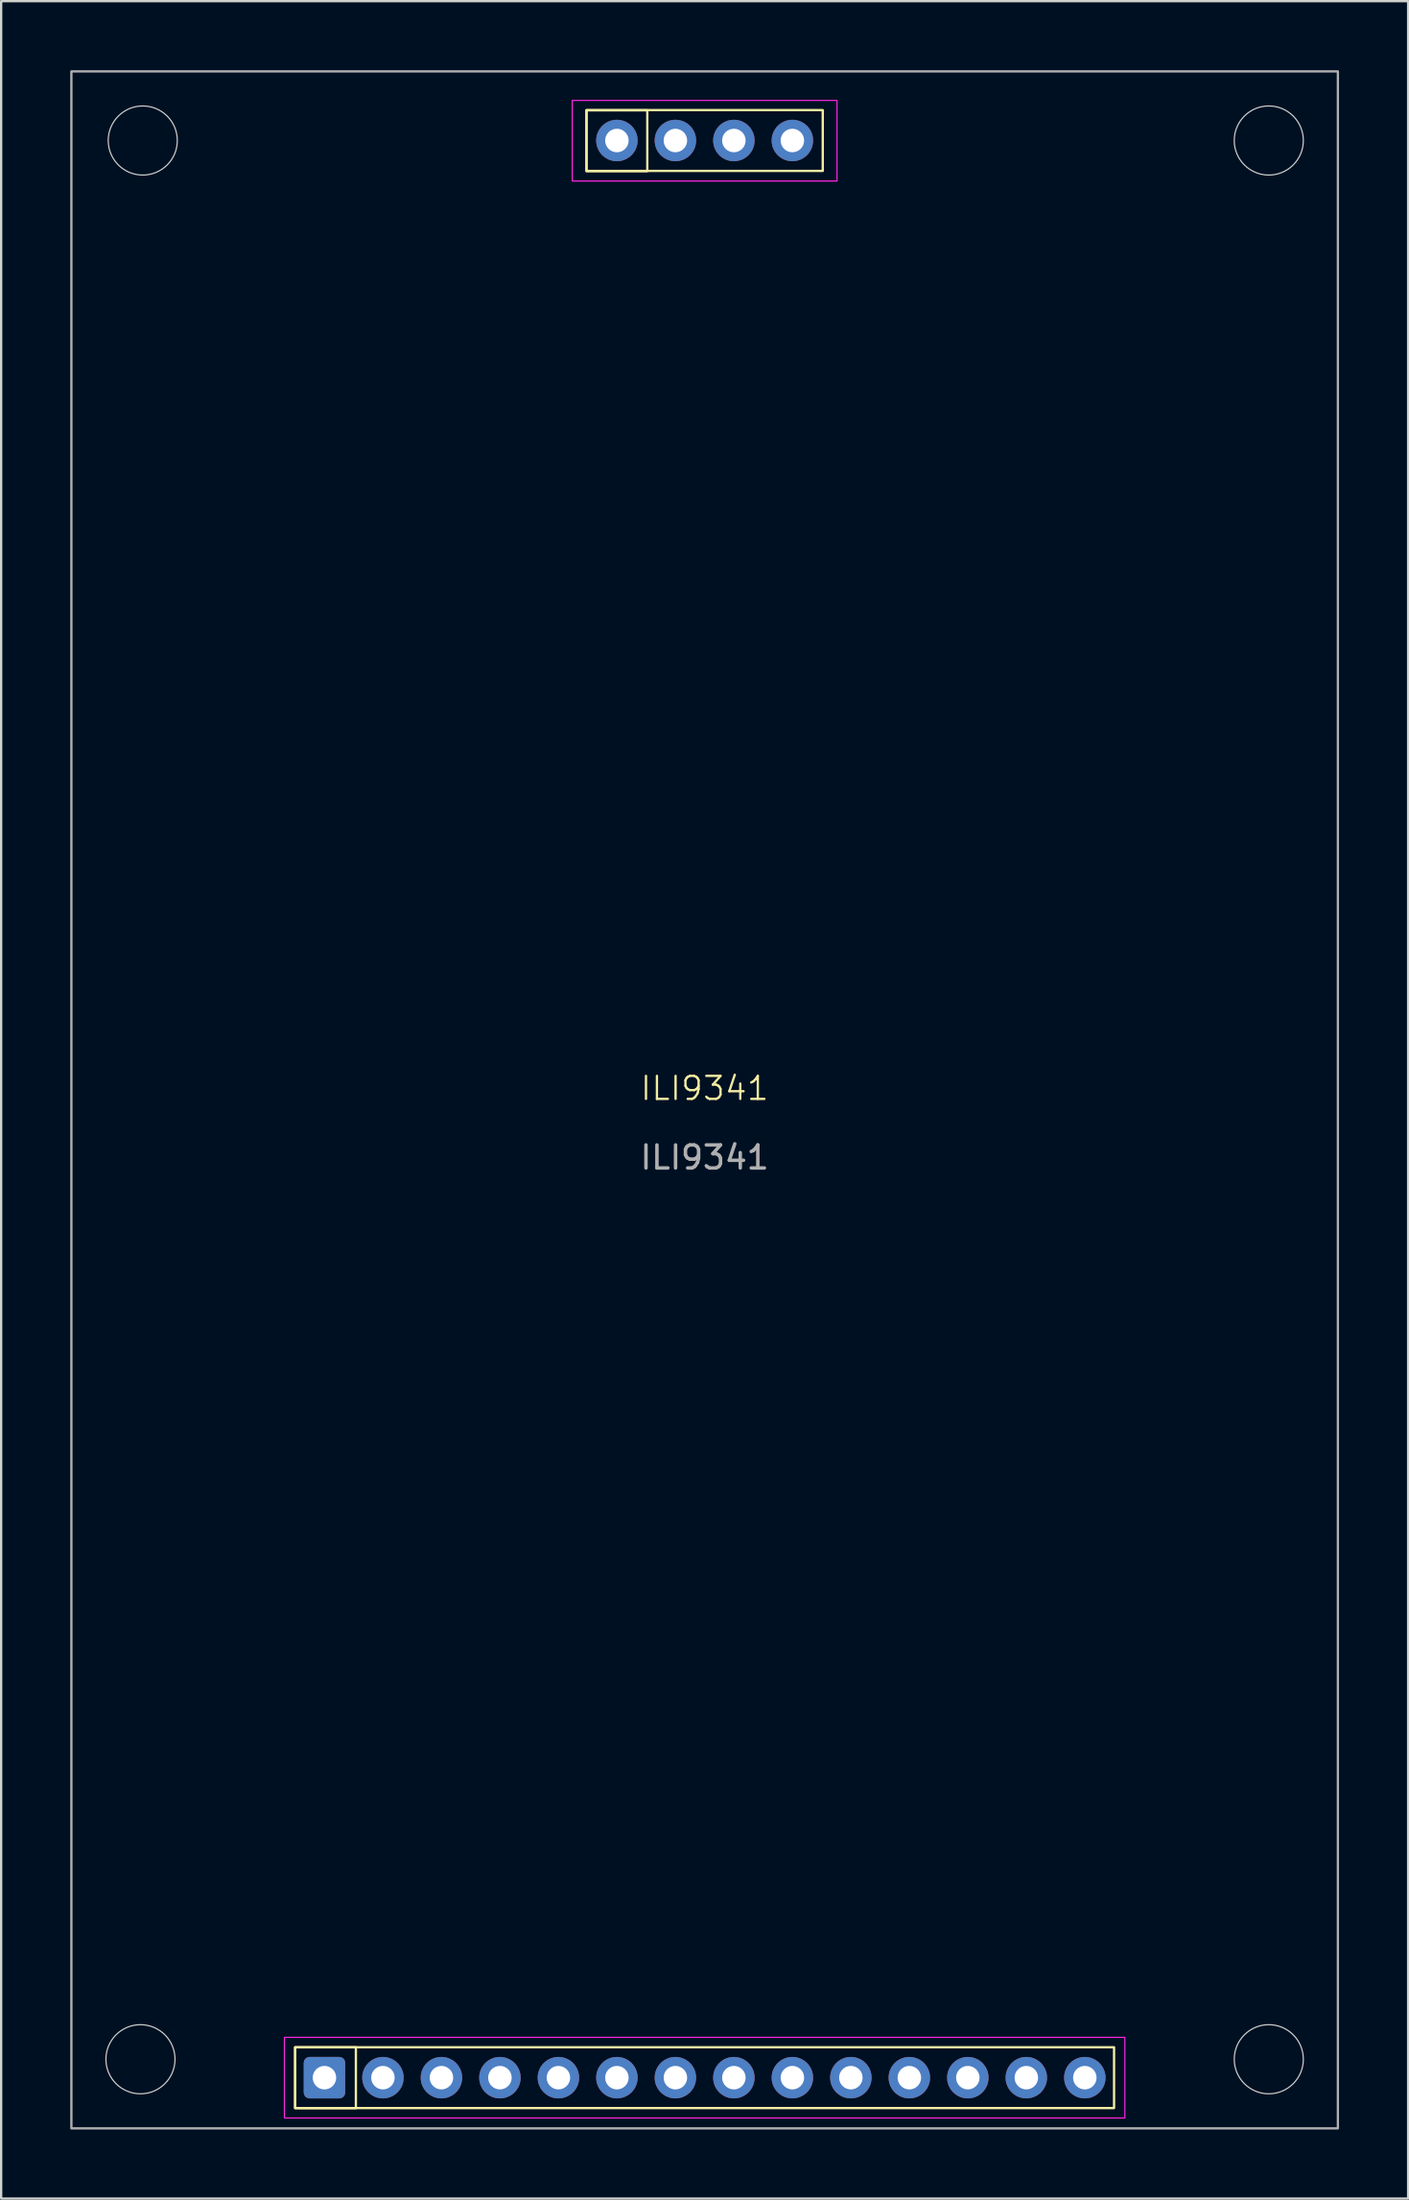
<source format=kicad_pcb>
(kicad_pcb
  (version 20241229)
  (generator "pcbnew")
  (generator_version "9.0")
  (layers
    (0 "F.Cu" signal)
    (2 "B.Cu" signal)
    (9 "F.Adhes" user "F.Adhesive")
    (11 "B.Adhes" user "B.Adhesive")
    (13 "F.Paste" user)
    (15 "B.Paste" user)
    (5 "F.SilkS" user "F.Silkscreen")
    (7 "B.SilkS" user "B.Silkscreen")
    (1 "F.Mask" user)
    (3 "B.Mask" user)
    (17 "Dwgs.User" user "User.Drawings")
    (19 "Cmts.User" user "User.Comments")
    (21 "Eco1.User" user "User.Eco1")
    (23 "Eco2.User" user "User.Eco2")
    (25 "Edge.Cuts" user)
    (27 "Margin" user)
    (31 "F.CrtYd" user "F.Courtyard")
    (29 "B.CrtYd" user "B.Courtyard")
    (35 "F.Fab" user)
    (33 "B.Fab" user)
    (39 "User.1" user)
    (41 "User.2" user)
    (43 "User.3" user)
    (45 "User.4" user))
  (footprint "ILI9341"
    (layer "F.Cu")
    (at 27.55 44.7)
    (property "Reference" "ILI9341" (at 0 -0.5 0) (unlocked yes) (layer "F.SilkS") (effects (font (size 1 1) (thickness 0.1))))
    (attr through_hole)
    (fp_rect (start -17.785 41.133) (end -15.145 43.773) (stroke (width 0.1) (type solid)) (fill no) (layer "F.SilkS"))
    (fp_rect (start -17.78 41.13) (end 17.78 43.77) (stroke (width 0.1) (type solid)) (fill no) (layer "F.SilkS"))
    (fp_rect (start -5.13 -42.97) (end 5.13 -40.33) (stroke (width 0.1) (type solid)) (fill no) (layer "F.SilkS"))
    (fp_rect (start -5.13 -42.96) (end -2.49 -40.32) (stroke (width 0.1) (type solid)) (fill no) (layer "F.SilkS"))
    (fp_circle (center -24.5 41.65) (end -23 41.65) (stroke (width 0.05) (type solid)) (fill no) (layer "Edge.Cuts"))
    (fp_circle (center -24.4 -41.65) (end -22.9 -41.65) (stroke (width 0.05) (type solid)) (fill no) (layer "Edge.Cuts"))
    (fp_circle (center 24.5 -41.65) (end 26 -41.65) (stroke (width 0.05) (type solid)) (fill no) (layer "Edge.Cuts"))
    (fp_circle (center 24.5 41.65) (end 26 41.65) (stroke (width 0.05) (type solid)) (fill no) (layer "Edge.Cuts"))
    (fp_rect (start -18.25 40.7) (end 18.25 44.2) (stroke (width 0.05) (type solid)) (fill no) (layer "F.CrtYd"))
    (fp_rect (start -5.75 -43.39) (end 5.75 -39.89) (stroke (width 0.05) (type solid)) (fill no) (layer "F.CrtYd"))
    (fp_rect (start -27.5 -44.65) (end 27.5 44.65) (stroke (width 0.1) (type solid)) (fill no) (layer "F.Fab"))
    (fp_text user "${REFERENCE}" (at 0 2.5 0) (unlocked yes) (layer "F.Fab") (effects (font (size 1 1) (thickness 0.15))))
    (pad "1" thru_hole roundrect (at -16.51 42.45) (size 1.8 1.8) (drill 1.02) (layers "*.Cu" "*.Mask") (roundrect_rratio 0.139))
    (pad "2" thru_hole circle (at -13.97 42.45) (size 1.8 1.8) (drill 1.02) (layers "*.Cu" "*.Mask"))
    (pad "3" thru_hole circle (at -11.43 42.45) (size 1.8 1.8) (drill 1.02) (layers "*.Cu" "*.Mask"))
    (pad "4" thru_hole circle (at -8.89 42.45) (size 1.8 1.8) (drill 1.02) (layers "*.Cu" "*.Mask"))
    (pad "5" thru_hole circle (at -6.35 42.45) (size 1.8 1.8) (drill 1.02) (layers "*.Cu" "*.Mask"))
    (pad "6" thru_hole circle (at -3.81 42.45) (size 1.8 1.8) (drill 1.02) (layers "*.Cu" "*.Mask"))
    (pad "7" thru_hole circle (at -1.27 42.45) (size 1.8 1.8) (drill 1.02) (layers "*.Cu" "*.Mask"))
    (pad "8" thru_hole circle (at 1.27 42.45) (size 1.8 1.8) (drill 1.02) (layers "*.Cu" "*.Mask"))
    (pad "9" thru_hole circle (at 3.81 42.45) (size 1.8 1.8) (drill 1.02) (layers "*.Cu" "*.Mask"))
    (pad "10" thru_hole circle (at 6.35 42.45) (size 1.8 1.8) (drill 1.02) (layers "*.Cu" "*.Mask"))
    (pad "11" thru_hole circle (at 8.89 42.45) (size 1.8 1.8) (drill 1.02) (layers "*.Cu" "*.Mask"))
    (pad "12" thru_hole circle (at 11.43 42.45) (size 1.8 1.8) (drill 1.02) (layers "*.Cu" "*.Mask"))
    (pad "13" thru_hole circle (at 13.97 42.45) (size 1.8 1.8) (drill 1.02) (layers "*.Cu" "*.Mask"))
    (pad "14" thru_hole circle (at 16.51 42.45) (size 1.8 1.8) (drill 1.02) (layers "*.Cu" "*.Mask"))
    (pad "15" thru_hole circle (at -3.81 -41.65) (size 1.8 1.8) (drill 1.02) (layers "*.Cu" "*.Mask"))
    (pad "16" thru_hole circle (at -1.27 -41.65) (size 1.8 1.8) (drill 1.02) (layers "*.Cu" "*.Mask"))
    (pad "17" thru_hole circle (at 1.27 -41.65) (size 1.8 1.8) (drill 1.02) (layers "*.Cu" "*.Mask"))
    (pad "18" thru_hole circle (at 3.81 -41.65) (size 1.8 1.8) (drill 1.02) (layers "*.Cu" "*.Mask")))
  (gr_rect
    (start -3 -3)
    (end 58.1 92.4)
    (stroke (width 0.1) (type default))
    (fill no)
    (layer "Edge.Cuts")))
</source>
